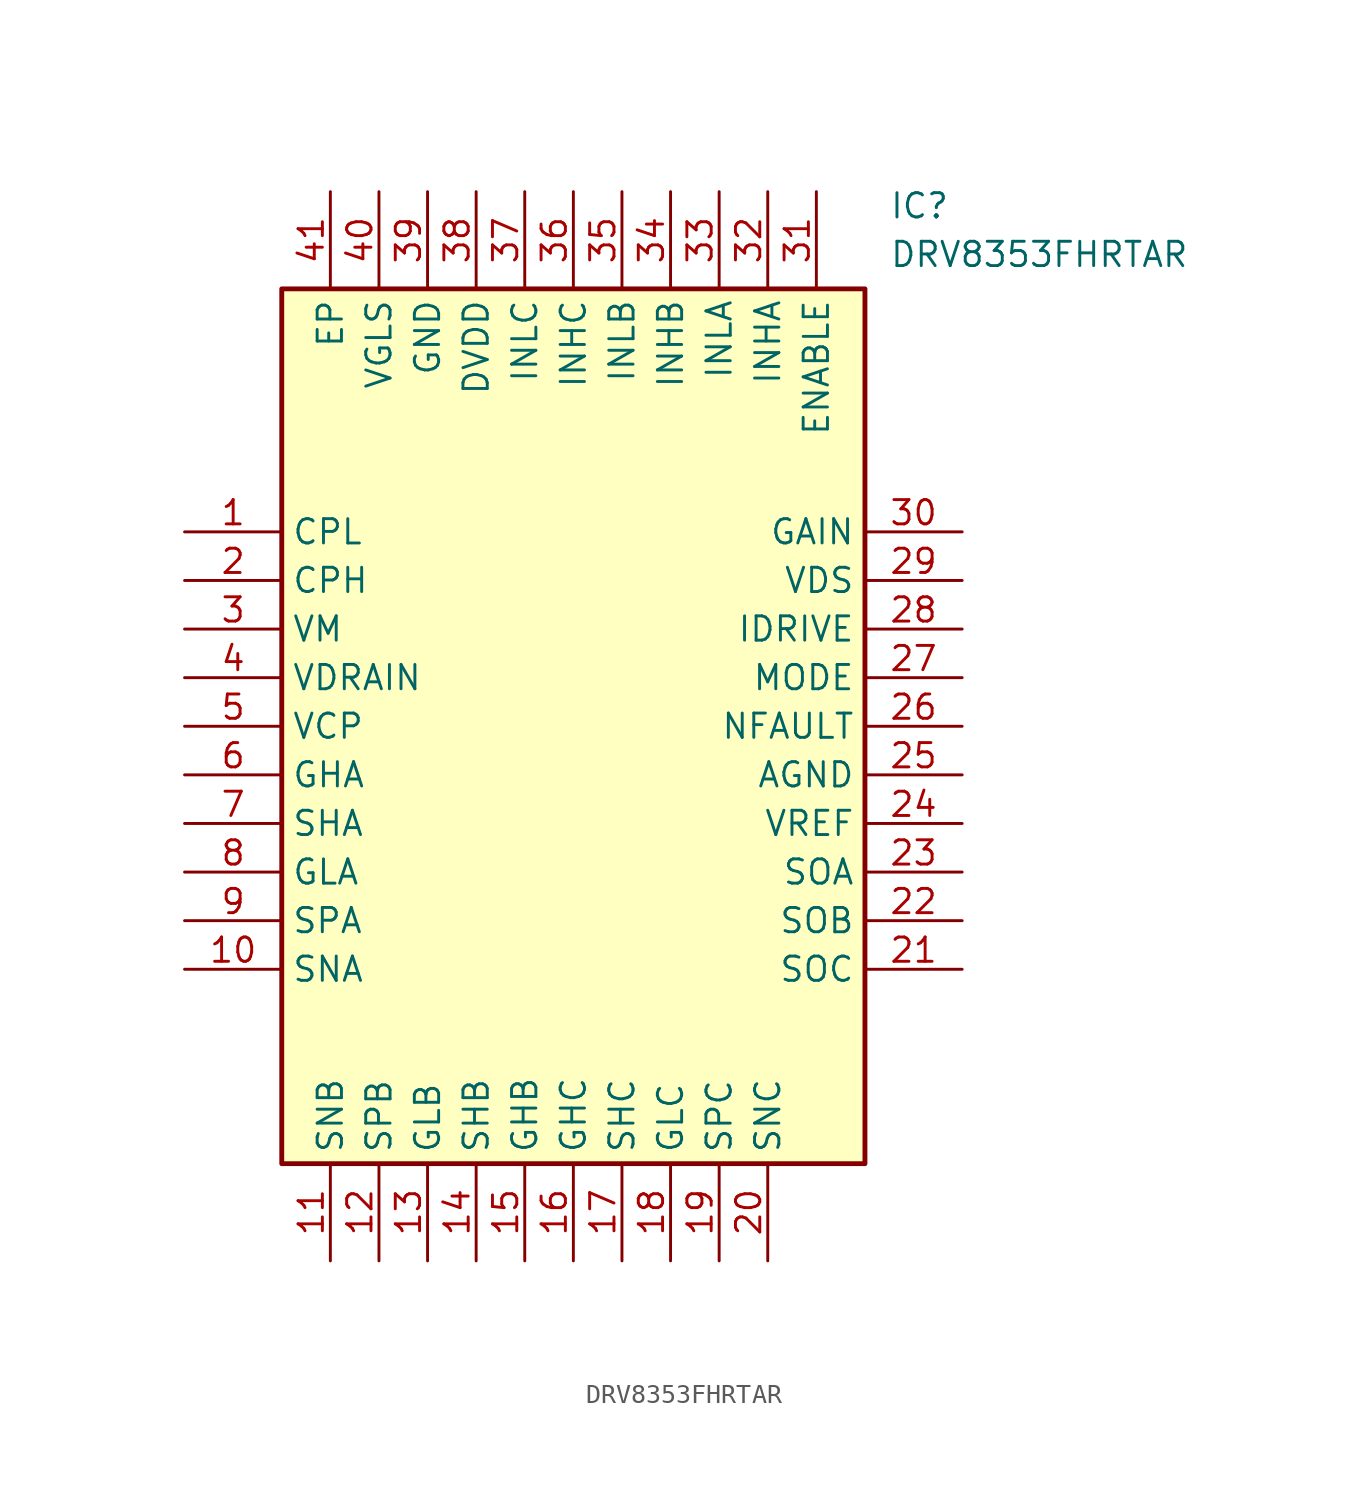
<source format=kicad_sym>
(kicad_symbol_lib
  (version 20211014)
  (generator SamacSys_ECAD_Model)
  (symbol "DRV8353FHRTAR"
    (property "Reference" "IC"
      (at 36.83 17.78 0)
      (effects (font (size 1.27 1.27)) (justify left top)))
    (property "Value" "DRV8353FHRTAR"
      (at 36.83 15.24 0)
      (effects (font (size 1.27 1.27)) (justify left top)))
    (rectangle
      (start 5.08 12.7)
      (end 35.56 -33.02)
      (stroke (width 0.254) (type default))
      (fill (type background)))
    (pin passive line
      (at 0 0 0)
      (length 5.08)
      (name "CPL" (effects (font (size 1.27 1.27))))
      (number "1" (effects (font (size 1.27 1.27)))))
    (pin passive line
      (at 0 -2.54 0)
      (length 5.08)
      (name "CPH" (effects (font (size 1.27 1.27))))
      (number "2" (effects (font (size 1.27 1.27)))))
    (pin passive line
      (at 0 -5.08 0)
      (length 5.08)
      (name "VM" (effects (font (size 1.27 1.27))))
      (number "3" (effects (font (size 1.27 1.27)))))
    (pin passive line
      (at 0 -7.62 0)
      (length 5.08)
      (name "VDRAIN" (effects (font (size 1.27 1.27))))
      (number "4" (effects (font (size 1.27 1.27)))))
    (pin passive line
      (at 0 -10.16 0)
      (length 5.08)
      (name "VCP" (effects (font (size 1.27 1.27))))
      (number "5" (effects (font (size 1.27 1.27)))))
    (pin passive line
      (at 0 -12.7 0)
      (length 5.08)
      (name "GHA" (effects (font (size 1.27 1.27))))
      (number "6" (effects (font (size 1.27 1.27)))))
    (pin passive line
      (at 0 -15.24 0)
      (length 5.08)
      (name "SHA" (effects (font (size 1.27 1.27))))
      (number "7" (effects (font (size 1.27 1.27)))))
    (pin passive line
      (at 0 -17.78 0)
      (length 5.08)
      (name "GLA" (effects (font (size 1.27 1.27))))
      (number "8" (effects (font (size 1.27 1.27)))))
    (pin passive line
      (at 0 -20.32 0)
      (length 5.08)
      (name "SPA" (effects (font (size 1.27 1.27))))
      (number "9" (effects (font (size 1.27 1.27)))))
    (pin passive line
      (at 0 -22.86 0)
      (length 5.08)
      (name "SNA" (effects (font (size 1.27 1.27))))
      (number "10" (effects (font (size 1.27 1.27)))))
    (pin passive line
      (at 7.62 -38.1 90)
      (length 5.08)
      (name "SNB" (effects (font (size 1.27 1.27))))
      (number "11" (effects (font (size 1.27 1.27)))))
    (pin passive line
      (at 10.16 -38.1 90)
      (length 5.08)
      (name "SPB" (effects (font (size 1.27 1.27))))
      (number "12" (effects (font (size 1.27 1.27)))))
    (pin passive line
      (at 12.7 -38.1 90)
      (length 5.08)
      (name "GLB" (effects (font (size 1.27 1.27))))
      (number "13" (effects (font (size 1.27 1.27)))))
    (pin passive line
      (at 15.24 -38.1 90)
      (length 5.08)
      (name "SHB" (effects (font (size 1.27 1.27))))
      (number "14" (effects (font (size 1.27 1.27)))))
    (pin passive line
      (at 17.78 -38.1 90)
      (length 5.08)
      (name "GHB" (effects (font (size 1.27 1.27))))
      (number "15" (effects (font (size 1.27 1.27)))))
    (pin passive line
      (at 20.32 -38.1 90)
      (length 5.08)
      (name "GHC" (effects (font (size 1.27 1.27))))
      (number "16" (effects (font (size 1.27 1.27)))))
    (pin passive line
      (at 22.86 -38.1 90)
      (length 5.08)
      (name "SHC" (effects (font (size 1.27 1.27))))
      (number "17" (effects (font (size 1.27 1.27)))))
    (pin passive line
      (at 25.4 -38.1 90)
      (length 5.08)
      (name "GLC" (effects (font (size 1.27 1.27))))
      (number "18" (effects (font (size 1.27 1.27)))))
    (pin passive line
      (at 27.94 -38.1 90)
      (length 5.08)
      (name "SPC" (effects (font (size 1.27 1.27))))
      (number "19" (effects (font (size 1.27 1.27)))))
    (pin passive line
      (at 30.48 -38.1 90)
      (length 5.08)
      (name "SNC" (effects (font (size 1.27 1.27))))
      (number "20" (effects (font (size 1.27 1.27)))))
    (pin passive line
      (at 40.64 0 180)
      (length 5.08)
      (name "GAIN" (effects (font (size 1.27 1.27))))
      (number "30" (effects (font (size 1.27 1.27)))))
    (pin passive line
      (at 40.64 -2.54 180)
      (length 5.08)
      (name "VDS" (effects (font (size 1.27 1.27))))
      (number "29" (effects (font (size 1.27 1.27)))))
    (pin passive line
      (at 40.64 -5.08 180)
      (length 5.08)
      (name "IDRIVE" (effects (font (size 1.27 1.27))))
      (number "28" (effects (font (size 1.27 1.27)))))
    (pin passive line
      (at 40.64 -7.62 180)
      (length 5.08)
      (name "MODE" (effects (font (size 1.27 1.27))))
      (number "27" (effects (font (size 1.27 1.27)))))
    (pin passive line
      (at 40.64 -10.16 180)
      (length 5.08)
      (name "NFAULT" (effects (font (size 1.27 1.27))))
      (number "26" (effects (font (size 1.27 1.27)))))
    (pin passive line
      (at 40.64 -12.7 180)
      (length 5.08)
      (name "AGND" (effects (font (size 1.27 1.27))))
      (number "25" (effects (font (size 1.27 1.27)))))
    (pin passive line
      (at 40.64 -15.24 180)
      (length 5.08)
      (name "VREF" (effects (font (size 1.27 1.27))))
      (number "24" (effects (font (size 1.27 1.27)))))
    (pin passive line
      (at 40.64 -17.78 180)
      (length 5.08)
      (name "SOA" (effects (font (size 1.27 1.27))))
      (number "23" (effects (font (size 1.27 1.27)))))
    (pin passive line
      (at 40.64 -20.32 180)
      (length 5.08)
      (name "SOB" (effects (font (size 1.27 1.27))))
      (number "22" (effects (font (size 1.27 1.27)))))
    (pin passive line
      (at 40.64 -22.86 180)
      (length 5.08)
      (name "SOC" (effects (font (size 1.27 1.27))))
      (number "21" (effects (font (size 1.27 1.27)))))
    (pin passive line
      (at 7.62 17.78 270)
      (length 5.08)
      (name "EP" (effects (font (size 1.27 1.27))))
      (number "41" (effects (font (size 1.27 1.27)))))
    (pin passive line
      (at 10.16 17.78 270)
      (length 5.08)
      (name "VGLS" (effects (font (size 1.27 1.27))))
      (number "40" (effects (font (size 1.27 1.27)))))
    (pin passive line
      (at 12.7 17.78 270)
      (length 5.08)
      (name "GND" (effects (font (size 1.27 1.27))))
      (number "39" (effects (font (size 1.27 1.27)))))
    (pin passive line
      (at 15.24 17.78 270)
      (length 5.08)
      (name "DVDD" (effects (font (size 1.27 1.27))))
      (number "38" (effects (font (size 1.27 1.27)))))
    (pin passive line
      (at 17.78 17.78 270)
      (length 5.08)
      (name "INLC" (effects (font (size 1.27 1.27))))
      (number "37" (effects (font (size 1.27 1.27)))))
    (pin passive line
      (at 20.32 17.78 270)
      (length 5.08)
      (name "INHC" (effects (font (size 1.27 1.27))))
      (number "36" (effects (font (size 1.27 1.27)))))
    (pin passive line
      (at 22.86 17.78 270)
      (length 5.08)
      (name "INLB" (effects (font (size 1.27 1.27))))
      (number "35" (effects (font (size 1.27 1.27)))))
    (pin passive line
      (at 25.4 17.78 270)
      (length 5.08)
      (name "INHB" (effects (font (size 1.27 1.27))))
      (number "34" (effects (font (size 1.27 1.27)))))
    (pin passive line
      (at 27.94 17.78 270)
      (length 5.08)
      (name "INLA" (effects (font (size 1.27 1.27))))
      (number "33" (effects (font (size 1.27 1.27)))))
    (pin passive line
      (at 30.48 17.78 270)
      (length 5.08)
      (name "INHA" (effects (font (size 1.27 1.27))))
      (number "32" (effects (font (size 1.27 1.27)))))
    (pin passive line
      (at 33.02 17.78 270)
      (length 5.08)
      (name "ENABLE" (effects (font (size 1.27 1.27))))
      (number "31" (effects (font (size 1.27 1.27)))))))
</source>
